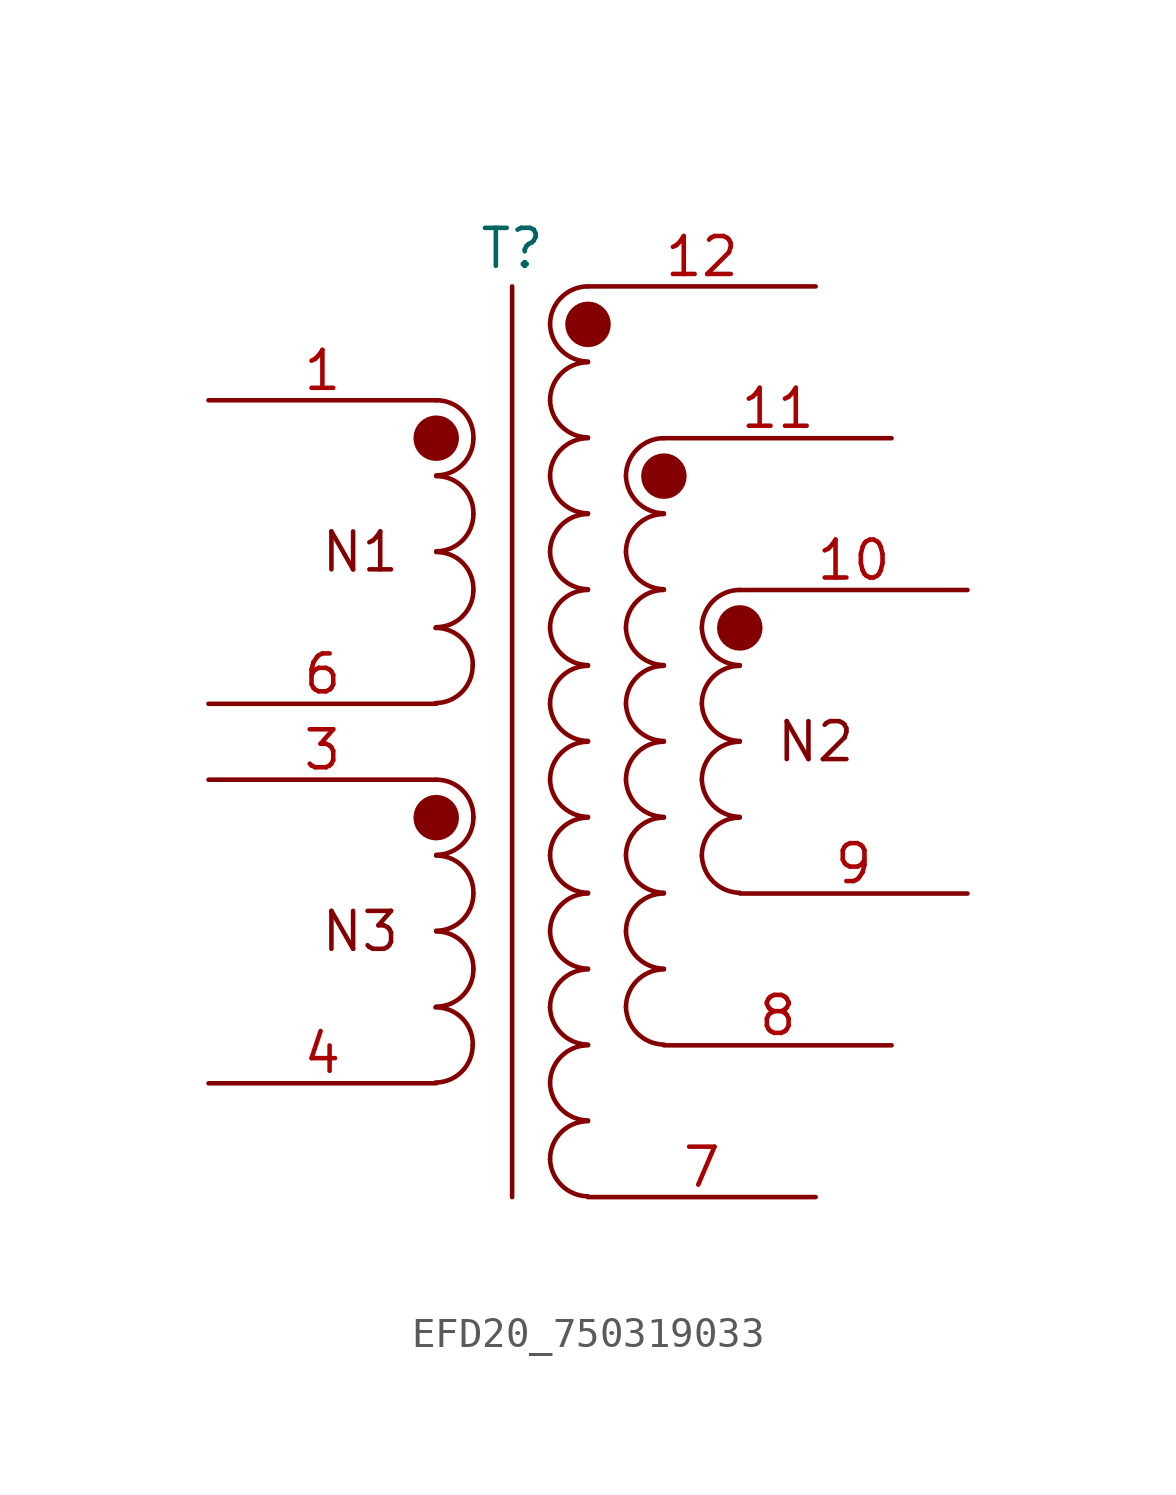
<source format=kicad_sym>
(kicad_symbol_lib
  (version 20220914)
  (generator kicad_symbol_editor)
  (symbol "EFD20_750319033"
    (pin_names hide)
    (property "Reference" "T"
      (at 0 16.51 0)
      (effects (font (size 1.27 1.27))))
    (property "Critical Parameter" ""
      (at 0 -5.08 0)
      (effects (font (size 1.27 1.27)) (justify left)))
    (symbol "EFD20_750319033_0_1"
      (arc (start -2.5654 -11.4046) (mid -1.6855 -11.0399) (end -1.3208 -10.16) (stroke (width 0) (type default)) (fill (type none)))
      (arc (start -2.5654 1.2954) (mid -1.6855 1.6601) (end -1.3208 2.54) (stroke (width 0) (type default)) (fill (type none)))
      (arc (start -2.54 -8.8646) (mid -1.6601 -8.4999) (end -1.2954 -7.62) (stroke (width 0) (type default)) (fill (type none)))
      (arc (start -2.54 -6.3246) (mid -1.6601 -5.9599) (end -1.2954 -5.08) (stroke (width 0) (type default)) (fill (type none)))
      (arc (start -2.54 -3.7846) (mid -1.6601 -3.4199) (end -1.2954 -2.54) (stroke (width 0) (type default)) (fill (type none)))
      (arc (start -2.54 3.8354) (mid -1.6601 4.2001) (end -1.2954 5.08) (stroke (width 0) (type default)) (fill (type none)))
      (arc (start -2.54 6.3754) (mid -1.6601 6.7401) (end -1.2954 7.62) (stroke (width 0) (type default)) (fill (type none)))
      (arc (start -2.54 8.9154) (mid -1.6601 9.2801) (end -1.2954 10.16) (stroke (width 0) (type default)) (fill (type none)))
      (arc (start -1.3208 -10.16) (mid -1.6708 -9.2582) (end -2.5654 -8.89) (stroke (width 0) (type default)) (fill (type none)))
      (arc (start -1.3208 2.54) (mid -1.6708 3.4418) (end -2.5654 3.81) (stroke (width 0) (type default)) (fill (type none)))
      (arc (start -1.2954 -7.62) (mid -1.646 -6.7187) (end -2.54 -6.35) (stroke (width 0) (type default)) (fill (type none)))
      (arc (start -1.2954 -5.08) (mid -1.646 -4.1787) (end -2.54 -3.81) (stroke (width 0) (type default)) (fill (type none)))
      (arc (start -1.2954 -2.54) (mid -1.646 -1.6387) (end -2.54 -1.27) (stroke (width 0) (type default)) (fill (type none)))
      (arc (start -1.2954 5.08) (mid -1.646 5.9813) (end -2.54 6.35) (stroke (width 0) (type default)) (fill (type none)))
      (arc (start -1.2954 7.62) (mid -1.646 8.5213) (end -2.54 8.89) (stroke (width 0) (type default)) (fill (type none)))
      (arc (start -1.2954 10.16) (mid -1.646 11.0613) (end -2.54 11.43) (stroke (width 0) (type default)) (fill (type none)))
      (polyline (pts (xy 0 15.24) (xy 0 -15.24)) (stroke (width 0) (type default)) (fill (type none)))
      (arc (start 1.27 -13.97) (mid 1.656 -14.8464) (end 2.54 -15.2146) (stroke (width 0) (type default)) (fill (type none)))
      (arc (start 1.27 -11.43) (mid 1.656 -12.3064) (end 2.54 -12.6746) (stroke (width 0) (type default)) (fill (type none)))
      (arc (start 1.27 -8.89) (mid 1.656 -9.7664) (end 2.54 -10.1346) (stroke (width 0) (type default)) (fill (type none)))
      (arc (start 1.27 -6.35) (mid 1.656 -7.2264) (end 2.54 -7.5946) (stroke (width 0) (type default)) (fill (type none)))
      (arc (start 1.27 -3.81) (mid 1.656 -4.6864) (end 2.54 -5.0546) (stroke (width 0) (type default)) (fill (type none)))
      (arc (start 1.27 -1.27) (mid 1.656 -2.1464) (end 2.54 -2.5146) (stroke (width 0) (type default)) (fill (type none)))
      (arc (start 1.27 1.27) (mid 1.656 0.3936) (end 2.54 0.0254) (stroke (width 0) (type default)) (fill (type none)))
      (arc (start 1.27 3.81) (mid 1.656 2.9336) (end 2.54 2.5654) (stroke (width 0) (type default)) (fill (type none)))
      (arc (start 1.27 6.35) (mid 1.656 5.4736) (end 2.54 5.1054) (stroke (width 0) (type default)) (fill (type none)))
      (arc (start 1.27 8.89) (mid 1.656 8.0136) (end 2.54 7.6454) (stroke (width 0) (type default)) (fill (type none)))
      (arc (start 1.27 11.43) (mid 1.656 10.5536) (end 2.54 10.1854) (stroke (width 0) (type default)) (fill (type none)))
      (arc (start 1.27 13.97) (mid 1.656 13.0936) (end 2.54 12.7254) (stroke (width 0) (type default)) (fill (type none)))
      (arc (start 2.54 -12.7) (mid 1.642 -13.072) (end 1.27 -13.97) (stroke (width 0) (type default)) (fill (type none)))
      (arc (start 2.54 -10.16) (mid 1.642 -10.532) (end 1.27 -11.43) (stroke (width 0) (type default)) (fill (type none)))
      (arc (start 2.54 -7.62) (mid 1.642 -7.992) (end 1.27 -8.89) (stroke (width 0) (type default)) (fill (type none)))
      (arc (start 2.54 -5.08) (mid 1.642 -5.452) (end 1.27 -6.35) (stroke (width 0) (type default)) (fill (type none)))
      (arc (start 2.54 -2.54) (mid 1.642 -2.912) (end 1.27 -3.81) (stroke (width 0) (type default)) (fill (type none)))
      (arc (start 2.54 0) (mid 1.642 -0.372) (end 1.27 -1.27) (stroke (width 0) (type default)) (fill (type none)))
      (arc (start 2.54 2.54) (mid 1.642 2.168) (end 1.27 1.27) (stroke (width 0) (type default)) (fill (type none)))
      (arc (start 2.54 5.08) (mid 1.642 4.708) (end 1.27 3.81) (stroke (width 0) (type default)) (fill (type none)))
      (arc (start 2.54 7.62) (mid 1.642 7.248) (end 1.27 6.35) (stroke (width 0) (type default)) (fill (type none)))
      (arc (start 2.54 10.16) (mid 1.642 9.788) (end 1.27 8.89) (stroke (width 0) (type default)) (fill (type none)))
      (arc (start 2.54 12.7) (mid 1.642 12.328) (end 1.27 11.43) (stroke (width 0) (type default)) (fill (type none)))
      (arc (start 2.54 15.24) (mid 1.642 14.868) (end 1.27 13.97) (stroke (width 0) (type default)) (fill (type none)))
      (arc (start 3.81 -8.89) (mid 4.196 -9.7664) (end 5.08 -10.1346) (stroke (width 0) (type default)) (fill (type none)))
      (arc (start 3.81 -6.35) (mid 4.196 -7.2264) (end 5.08 -7.5946) (stroke (width 0) (type default)) (fill (type none)))
      (arc (start 3.81 -3.81) (mid 4.196 -4.6864) (end 5.08 -5.0546) (stroke (width 0) (type default)) (fill (type none)))
      (arc (start 3.81 -1.27) (mid 4.196 -2.1464) (end 5.08 -2.5146) (stroke (width 0) (type default)) (fill (type none)))
      (arc (start 3.81 1.27) (mid 4.196 0.3936) (end 5.08 0.0254) (stroke (width 0) (type default)) (fill (type none)))
      (arc (start 3.81 3.81) (mid 4.196 2.9336) (end 5.08 2.5654) (stroke (width 0) (type default)) (fill (type none)))
      (arc (start 3.81 6.35) (mid 4.196 5.4736) (end 5.08 5.1054) (stroke (width 0) (type default)) (fill (type none)))
      (arc (start 3.81 8.89) (mid 4.196 8.0136) (end 5.08 7.6454) (stroke (width 0) (type default)) (fill (type none)))
      (arc (start 5.08 -7.62) (mid 4.182 -7.992) (end 3.81 -8.89) (stroke (width 0) (type default)) (fill (type none)))
      (arc (start 5.08 -5.08) (mid 4.182 -5.452) (end 3.81 -6.35) (stroke (width 0) (type default)) (fill (type none)))
      (arc (start 5.08 -2.54) (mid 4.182 -2.912) (end 3.81 -3.81) (stroke (width 0) (type default)) (fill (type none)))
      (arc (start 5.08 0) (mid 4.182 -0.372) (end 3.81 -1.27) (stroke (width 0) (type default)) (fill (type none)))
      (arc (start 5.08 2.54) (mid 4.182 2.168) (end 3.81 1.27) (stroke (width 0) (type default)) (fill (type none)))
      (arc (start 5.08 5.08) (mid 4.182 4.708) (end 3.81 3.81) (stroke (width 0) (type default)) (fill (type none)))
      (arc (start 5.08 7.62) (mid 4.182 7.248) (end 3.81 6.35) (stroke (width 0) (type default)) (fill (type none)))
      (arc (start 5.08 10.16) (mid 4.182 9.788) (end 3.81 8.89) (stroke (width 0) (type default)) (fill (type none)))
      (arc (start 6.35 -3.81) (mid 6.7361 -4.6863) (end 7.62 -5.0546) (stroke (width 0) (type default)) (fill (type none)))
      (arc (start 6.35 -1.27) (mid 6.7361 -2.1463) (end 7.62 -2.5146) (stroke (width 0) (type default)) (fill (type none)))
      (arc (start 6.35 1.27) (mid 6.7361 0.3937) (end 7.62 0.0254) (stroke (width 0) (type default)) (fill (type none)))
      (arc (start 6.35 3.81) (mid 6.7361 2.9337) (end 7.62 2.5654) (stroke (width 0) (type default)) (fill (type none)))
      (arc (start 7.62 -2.54) (mid 6.722 -2.912) (end 6.35 -3.81) (stroke (width 0) (type default)) (fill (type none)))
      (arc (start 7.62 0) (mid 6.722 -0.372) (end 6.35 -1.27) (stroke (width 0) (type default)) (fill (type none)))
      (arc (start 7.62 2.54) (mid 6.722 2.168) (end 6.35 1.27) (stroke (width 0) (type default)) (fill (type none)))
      (arc (start 7.62 5.08) (mid 6.722 4.708) (end 6.35 3.81) (stroke (width 0) (type default)) (fill (type none))))
    (symbol "EFD20_750319033_1_1"
      (circle (center -2.54 -2.54) (radius 0.0001) (stroke (width 0.762) (type default)) (fill (type none)))
      (circle (center -2.54 10.16) (radius 0.0001) (stroke (width 0.762) (type default)) (fill (type none)))
      (circle (center 2.54 13.97) (radius 0.0001) (stroke (width 0.762) (type default)) (fill (type none)))
      (circle (center 5.08 8.89) (radius 0.0001) (stroke (width 0.762) (type default)) (fill (type none)))
      (circle (center 7.62 3.81) (radius 0.0001) (stroke (width 0.762) (type default)) (fill (type none)))
      (text "N1" (at -5.08 6.35 0) (effects (font (size 1.27 1.27))))
      (text "N2" (at 10.16 0 0) (effects (font (size 1.27 1.27))))
      (text "N3" (at -5.08 -6.35 0) (effects (font (size 1.27 1.27))))
      (pin passive line (at -10.16 11.43 0) (length 7.62) (name "1" (effects (font (size 1.27 1.27)))) (number "1" (effects (font (size 1.27 1.27)))))
      (pin passive line (at 15.24 5.08 180) (length 7.62) (name "10" (effects (font (size 1.27 1.27)))) (number "10" (effects (font (size 1.27 1.27)))))
      (pin passive line (at 12.7 10.16 180) (length 7.62) (name "11" (effects (font (size 1.27 1.27)))) (number "11" (effects (font (size 1.27 1.27)))))
      (pin passive line (at 10.16 15.24 180) (length 7.62) (name "12" (effects (font (size 1.27 1.27)))) (number "12" (effects (font (size 1.27 1.27)))))
      (pin passive line (at -10.16 -1.27 0) (length 7.62) (name "3" (effects (font (size 1.27 1.27)))) (number "3" (effects (font (size 1.27 1.27)))))
      (pin passive line (at -10.16 -11.43 0) (length 7.62) (name "4" (effects (font (size 1.27 1.27)))) (number "4" (effects (font (size 1.27 1.27)))))
      (pin passive line (at -10.16 1.27 0) (length 7.62) (name "6" (effects (font (size 1.27 1.27)))) (number "6" (effects (font (size 1.27 1.27)))))
      (pin passive line (at 10.16 -15.24 180) (length 7.62) (name "7" (effects (font (size 1.27 1.27)))) (number "7" (effects (font (size 1.27 1.27)))))
      (pin passive line (at 12.7 -10.16 180) (length 7.62) (name "8" (effects (font (size 1.27 1.27)))) (number "8" (effects (font (size 1.27 1.27)))))
      (pin passive line (at 15.24 -5.08 180) (length 7.62) (name "9" (effects (font (size 1.27 1.27)))) (number "9" (effects (font (size 1.27 1.27))))))))
</source>
